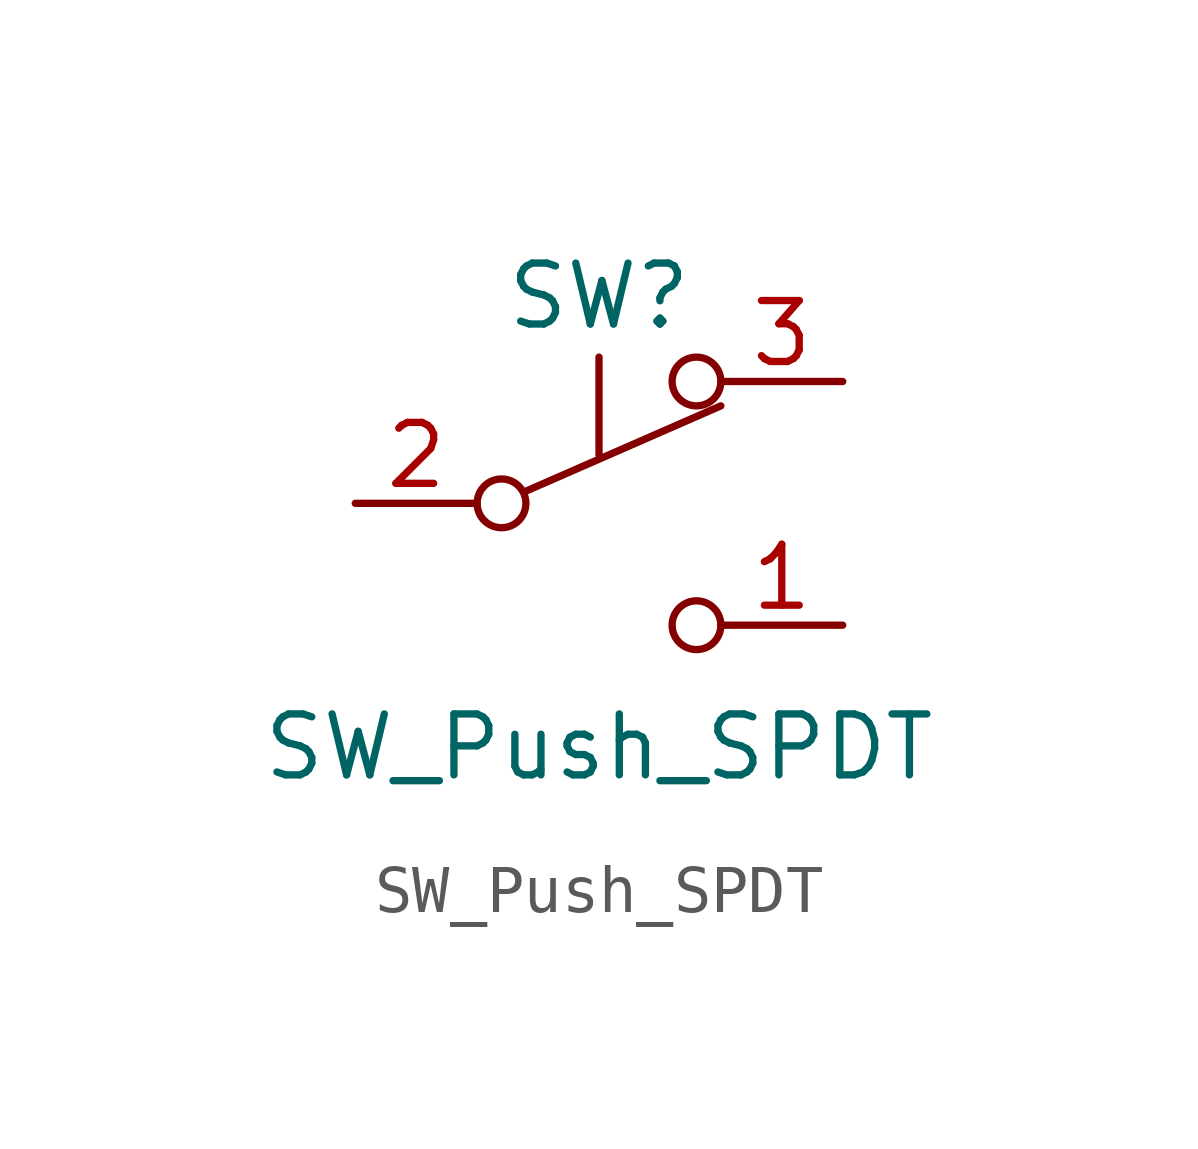
<source format=kicad_sym>
(kicad_symbol_lib
  (version 20211014)
  (generator kicad_symbol_editor)
  (symbol "SW_Push_SPDT"
    (pin_names
      (offset 0) hide)
    (property "Reference" "SW"
      (at 0 4.318 0)
      (effects (font (size 1.27 1.27))))
    (property "Value" "SW_Push_SPDT"
      (at 0 -5.08 0)
      (effects (font (size 1.27 1.27))))
    (symbol "SW_Push_SPDT_0_0"
      (circle (center -2.032 0) (radius 0.508) (stroke (width 0) (type default) (color 0 0 0 0)) (fill (type none)))
      (polyline (pts (xy 0 1.016) (xy 0 3.048)) (stroke (width 0) (type default) (color 0 0 0 0)) (fill (type none)))
      (circle (center 2.032 -2.54) (radius 0.508) (stroke (width 0) (type default) (color 0 0 0 0)) (fill (type none))))
    (symbol "SW_Push_SPDT_0_1"
      (polyline (pts (xy -1.524 0.254) (xy 2.54 2.032)) (stroke (width 0) (type default) (color 0 0 0 0)) (fill (type none)))
      (circle (center 2.032 2.54) (radius 0.508) (stroke (width 0) (type default) (color 0 0 0 0)) (fill (type none))))
    (symbol "SW_Push_SPDT_1_1"
      (pin passive line (at 5.08 -2.54 180) (length 2.54) (name "C" (effects (font (size 1.27 1.27)))) (number "1" (effects (font (size 1.27 1.27)))))
      (pin passive line (at -5.08 0 0) (length 2.54) (name "B" (effects (font (size 1.27 1.27)))) (number "2" (effects (font (size 1.27 1.27)))))
      (pin passive line (at 5.08 2.54 180) (length 2.54) (name "A" (effects (font (size 1.27 1.27)))) (number "3" (effects (font (size 1.27 1.27))))))))
</source>
